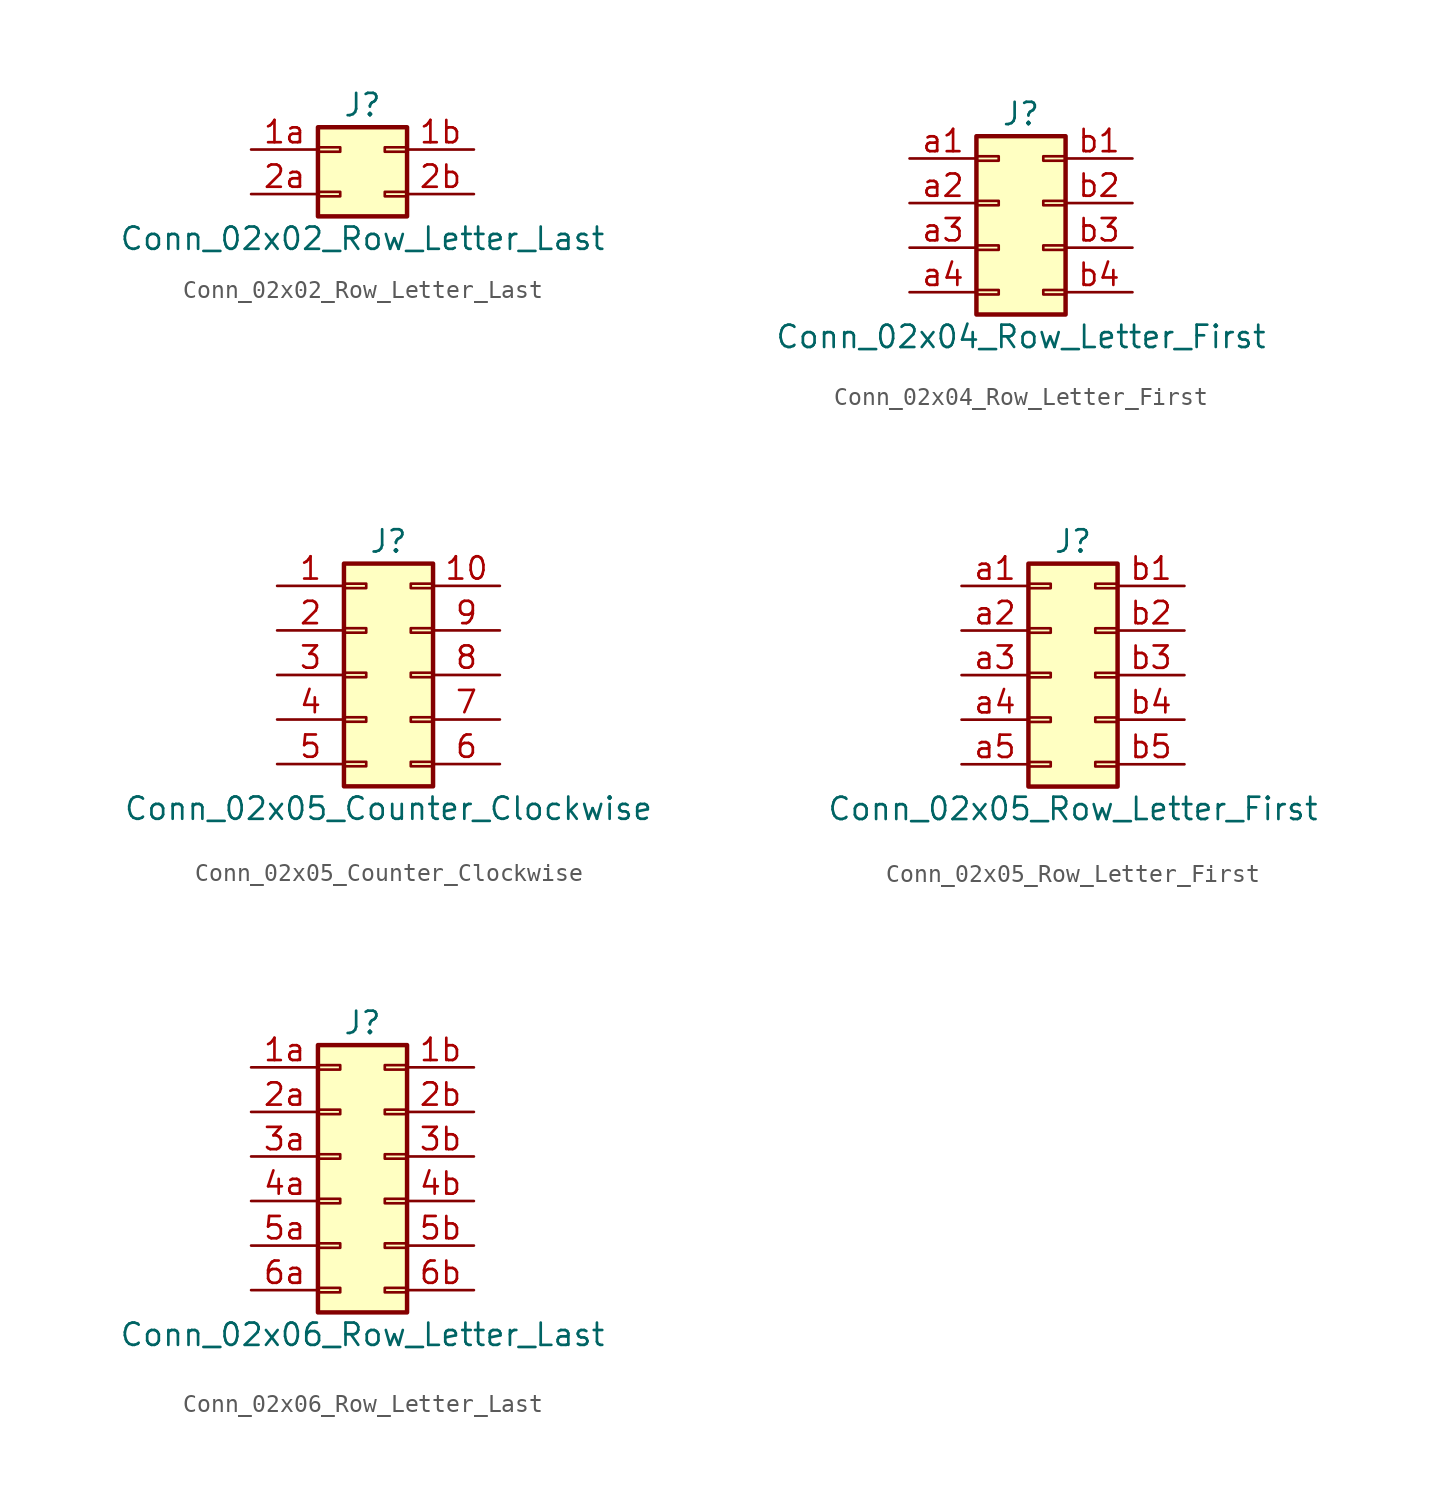
<source format=kicad_sym>
(kicad_symbol_lib
  (version 20201005)
  (generator kicad_symbol_editor)
  (symbol "Conn_02x02_Row_Letter_Last"
    (pin_names
      (offset 1.016) hide)
    (property "Reference" "J"
      (at 1.27 2.54 0)
      (effects (font (size 1.27 1.27))))
    (property "Value" "Conn_02x02_Row_Letter_Last"
      (at 1.27 -5.08 0)
      (effects (font (size 1.27 1.27))))
    (symbol "Conn_02x02_Row_Letter_Last_1_1"
      (rectangle (start -1.27 -2.413) (end 0 -2.667) (stroke (width 0.152)) (fill (type none)))
      (rectangle (start -1.27 0.127) (end 0 -0.127) (stroke (width 0.152)) (fill (type none)))
      (rectangle (start -1.27 1.27) (end 3.81 -3.81) (stroke (width 0.254)) (fill (type background)))
      (rectangle (start 3.81 -2.413) (end 2.54 -2.667) (stroke (width 0.152)) (fill (type none)))
      (rectangle (start 3.81 0.127) (end 2.54 -0.127) (stroke (width 0.152)) (fill (type none)))
      (pin passive line (at -5.08 0 0) (length 3.81) (name "Pin_1a" (effects (font (size 1.27 1.27)))) (number "1a" (effects (font (size 1.27 1.27)))))
      (pin passive line (at 7.62 0 180) (length 3.81) (name "Pin_1b" (effects (font (size 1.27 1.27)))) (number "1b" (effects (font (size 1.27 1.27)))))
      (pin passive line (at -5.08 -2.54 0) (length 3.81) (name "Pin_2a" (effects (font (size 1.27 1.27)))) (number "2a" (effects (font (size 1.27 1.27)))))
      (pin passive line (at 7.62 -2.54 180) (length 3.81) (name "Pin_2b" (effects (font (size 1.27 1.27)))) (number "2b" (effects (font (size 1.27 1.27)))))))
  (symbol "Conn_02x04_Row_Letter_First"
    (pin_names
      (offset 1.016) hide)
    (property "Reference" "J"
      (at 1.27 5.08 0)
      (effects (font (size 1.27 1.27))))
    (property "Value" "Conn_02x04_Row_Letter_First"
      (at 1.27 -7.62 0)
      (effects (font (size 1.27 1.27))))
    (symbol "Conn_02x04_Row_Letter_First_1_1"
      (rectangle (start -1.27 -4.953) (end 0 -5.207) (stroke (width 0.152)) (fill (type none)))
      (rectangle (start -1.27 -2.413) (end 0 -2.667) (stroke (width 0.152)) (fill (type none)))
      (rectangle (start -1.27 0.127) (end 0 -0.127) (stroke (width 0.152)) (fill (type none)))
      (rectangle (start -1.27 2.667) (end 0 2.413) (stroke (width 0.152)) (fill (type none)))
      (rectangle (start -1.27 3.81) (end 3.81 -6.35) (stroke (width 0.254)) (fill (type background)))
      (rectangle (start 3.81 -4.953) (end 2.54 -5.207) (stroke (width 0.152)) (fill (type none)))
      (rectangle (start 3.81 -2.413) (end 2.54 -2.667) (stroke (width 0.152)) (fill (type none)))
      (rectangle (start 3.81 0.127) (end 2.54 -0.127) (stroke (width 0.152)) (fill (type none)))
      (rectangle (start 3.81 2.667) (end 2.54 2.413) (stroke (width 0.152)) (fill (type none)))
      (pin passive line (at -5.08 2.54 0) (length 3.81) (name "Pin_a1" (effects (font (size 1.27 1.27)))) (number "a1" (effects (font (size 1.27 1.27)))))
      (pin passive line (at -5.08 0 0) (length 3.81) (name "Pin_a2" (effects (font (size 1.27 1.27)))) (number "a2" (effects (font (size 1.27 1.27)))))
      (pin passive line (at -5.08 -2.54 0) (length 3.81) (name "Pin_a3" (effects (font (size 1.27 1.27)))) (number "a3" (effects (font (size 1.27 1.27)))))
      (pin passive line (at -5.08 -5.08 0) (length 3.81) (name "Pin_a4" (effects (font (size 1.27 1.27)))) (number "a4" (effects (font (size 1.27 1.27)))))
      (pin passive line (at 7.62 2.54 180) (length 3.81) (name "Pin_b1" (effects (font (size 1.27 1.27)))) (number "b1" (effects (font (size 1.27 1.27)))))
      (pin passive line (at 7.62 0 180) (length 3.81) (name "Pin_b2" (effects (font (size 1.27 1.27)))) (number "b2" (effects (font (size 1.27 1.27)))))
      (pin passive line (at 7.62 -2.54 180) (length 3.81) (name "Pin_b3" (effects (font (size 1.27 1.27)))) (number "b3" (effects (font (size 1.27 1.27)))))
      (pin passive line (at 7.62 -5.08 180) (length 3.81) (name "Pin_b4" (effects (font (size 1.27 1.27)))) (number "b4" (effects (font (size 1.27 1.27)))))))
  (symbol "Conn_02x05_Counter_Clockwise"
    (pin_names
      (offset 1.016) hide)
    (property "Reference" "J"
      (at 1.27 7.62 0)
      (effects (font (size 1.27 1.27))))
    (property "Value" "Conn_02x05_Counter_Clockwise"
      (at 1.27 -7.62 0)
      (effects (font (size 1.27 1.27))))
    (symbol "Conn_02x05_Counter_Clockwise_1_1"
      (rectangle (start -1.27 -4.953) (end 0 -5.207) (stroke (width 0.152)) (fill (type none)))
      (rectangle (start -1.27 -2.413) (end 0 -2.667) (stroke (width 0.152)) (fill (type none)))
      (rectangle (start -1.27 0.127) (end 0 -0.127) (stroke (width 0.152)) (fill (type none)))
      (rectangle (start -1.27 2.667) (end 0 2.413) (stroke (width 0.152)) (fill (type none)))
      (rectangle (start -1.27 5.207) (end 0 4.953) (stroke (width 0.152)) (fill (type none)))
      (rectangle (start -1.27 6.35) (end 3.81 -6.35) (stroke (width 0.254)) (fill (type background)))
      (rectangle (start 3.81 -4.953) (end 2.54 -5.207) (stroke (width 0.152)) (fill (type none)))
      (rectangle (start 3.81 -2.413) (end 2.54 -2.667) (stroke (width 0.152)) (fill (type none)))
      (rectangle (start 3.81 0.127) (end 2.54 -0.127) (stroke (width 0.152)) (fill (type none)))
      (rectangle (start 3.81 2.667) (end 2.54 2.413) (stroke (width 0.152)) (fill (type none)))
      (rectangle (start 3.81 5.207) (end 2.54 4.953) (stroke (width 0.152)) (fill (type none)))
      (pin passive line (at -5.08 5.08 0) (length 3.81) (name "Pin_1" (effects (font (size 1.27 1.27)))) (number "1" (effects (font (size 1.27 1.27)))))
      (pin passive line (at 7.62 5.08 180) (length 3.81) (name "Pin_10" (effects (font (size 1.27 1.27)))) (number "10" (effects (font (size 1.27 1.27)))))
      (pin passive line (at -5.08 2.54 0) (length 3.81) (name "Pin_2" (effects (font (size 1.27 1.27)))) (number "2" (effects (font (size 1.27 1.27)))))
      (pin passive line (at -5.08 0 0) (length 3.81) (name "Pin_3" (effects (font (size 1.27 1.27)))) (number "3" (effects (font (size 1.27 1.27)))))
      (pin passive line (at -5.08 -2.54 0) (length 3.81) (name "Pin_4" (effects (font (size 1.27 1.27)))) (number "4" (effects (font (size 1.27 1.27)))))
      (pin passive line (at -5.08 -5.08 0) (length 3.81) (name "Pin_5" (effects (font (size 1.27 1.27)))) (number "5" (effects (font (size 1.27 1.27)))))
      (pin passive line (at 7.62 -5.08 180) (length 3.81) (name "Pin_6" (effects (font (size 1.27 1.27)))) (number "6" (effects (font (size 1.27 1.27)))))
      (pin passive line (at 7.62 -2.54 180) (length 3.81) (name "Pin_7" (effects (font (size 1.27 1.27)))) (number "7" (effects (font (size 1.27 1.27)))))
      (pin passive line (at 7.62 0 180) (length 3.81) (name "Pin_8" (effects (font (size 1.27 1.27)))) (number "8" (effects (font (size 1.27 1.27)))))
      (pin passive line (at 7.62 2.54 180) (length 3.81) (name "Pin_9" (effects (font (size 1.27 1.27)))) (number "9" (effects (font (size 1.27 1.27)))))))
  (symbol "Conn_02x05_Row_Letter_First"
    (pin_names
      (offset 1.016) hide)
    (property "Reference" "J"
      (at 1.27 7.62 0)
      (effects (font (size 1.27 1.27))))
    (property "Value" "Conn_02x05_Row_Letter_First"
      (at 1.27 -7.62 0)
      (effects (font (size 1.27 1.27))))
    (symbol "Conn_02x05_Row_Letter_First_1_1"
      (rectangle (start -1.27 -4.953) (end 0 -5.207) (stroke (width 0.152)) (fill (type none)))
      (rectangle (start -1.27 -2.413) (end 0 -2.667) (stroke (width 0.152)) (fill (type none)))
      (rectangle (start -1.27 0.127) (end 0 -0.127) (stroke (width 0.152)) (fill (type none)))
      (rectangle (start -1.27 2.667) (end 0 2.413) (stroke (width 0.152)) (fill (type none)))
      (rectangle (start -1.27 5.207) (end 0 4.953) (stroke (width 0.152)) (fill (type none)))
      (rectangle (start -1.27 6.35) (end 3.81 -6.35) (stroke (width 0.254)) (fill (type background)))
      (rectangle (start 3.81 -4.953) (end 2.54 -5.207) (stroke (width 0.152)) (fill (type none)))
      (rectangle (start 3.81 -2.413) (end 2.54 -2.667) (stroke (width 0.152)) (fill (type none)))
      (rectangle (start 3.81 0.127) (end 2.54 -0.127) (stroke (width 0.152)) (fill (type none)))
      (rectangle (start 3.81 2.667) (end 2.54 2.413) (stroke (width 0.152)) (fill (type none)))
      (rectangle (start 3.81 5.207) (end 2.54 4.953) (stroke (width 0.152)) (fill (type none)))
      (pin passive line (at -5.08 5.08 0) (length 3.81) (name "Pin_a1" (effects (font (size 1.27 1.27)))) (number "a1" (effects (font (size 1.27 1.27)))))
      (pin passive line (at -5.08 2.54 0) (length 3.81) (name "Pin_a2" (effects (font (size 1.27 1.27)))) (number "a2" (effects (font (size 1.27 1.27)))))
      (pin passive line (at -5.08 0 0) (length 3.81) (name "Pin_a3" (effects (font (size 1.27 1.27)))) (number "a3" (effects (font (size 1.27 1.27)))))
      (pin passive line (at -5.08 -2.54 0) (length 3.81) (name "Pin_a4" (effects (font (size 1.27 1.27)))) (number "a4" (effects (font (size 1.27 1.27)))))
      (pin passive line (at -5.08 -5.08 0) (length 3.81) (name "Pin_a5" (effects (font (size 1.27 1.27)))) (number "a5" (effects (font (size 1.27 1.27)))))
      (pin passive line (at 7.62 5.08 180) (length 3.81) (name "Pin_b1" (effects (font (size 1.27 1.27)))) (number "b1" (effects (font (size 1.27 1.27)))))
      (pin passive line (at 7.62 2.54 180) (length 3.81) (name "Pin_b2" (effects (font (size 1.27 1.27)))) (number "b2" (effects (font (size 1.27 1.27)))))
      (pin passive line (at 7.62 0 180) (length 3.81) (name "Pin_b3" (effects (font (size 1.27 1.27)))) (number "b3" (effects (font (size 1.27 1.27)))))
      (pin passive line (at 7.62 -2.54 180) (length 3.81) (name "Pin_b4" (effects (font (size 1.27 1.27)))) (number "b4" (effects (font (size 1.27 1.27)))))
      (pin passive line (at 7.62 -5.08 180) (length 3.81) (name "Pin_b5" (effects (font (size 1.27 1.27)))) (number "b5" (effects (font (size 1.27 1.27)))))))
  (symbol "Conn_02x06_Row_Letter_Last"
    (pin_names
      (offset 1.016) hide)
    (property "Reference" "J"
      (at 1.27 7.62 0)
      (effects (font (size 1.27 1.27))))
    (property "Value" "Conn_02x06_Row_Letter_Last"
      (at 1.27 -10.16 0)
      (effects (font (size 1.27 1.27))))
    (symbol "Conn_02x06_Row_Letter_Last_1_1"
      (rectangle (start -1.27 -7.493) (end 0 -7.747) (stroke (width 0.152)) (fill (type none)))
      (rectangle (start -1.27 -4.953) (end 0 -5.207) (stroke (width 0.152)) (fill (type none)))
      (rectangle (start -1.27 -2.413) (end 0 -2.667) (stroke (width 0.152)) (fill (type none)))
      (rectangle (start -1.27 0.127) (end 0 -0.127) (stroke (width 0.152)) (fill (type none)))
      (rectangle (start -1.27 2.667) (end 0 2.413) (stroke (width 0.152)) (fill (type none)))
      (rectangle (start -1.27 5.207) (end 0 4.953) (stroke (width 0.152)) (fill (type none)))
      (rectangle (start -1.27 6.35) (end 3.81 -8.89) (stroke (width 0.254)) (fill (type background)))
      (rectangle (start 3.81 -7.493) (end 2.54 -7.747) (stroke (width 0.152)) (fill (type none)))
      (rectangle (start 3.81 -4.953) (end 2.54 -5.207) (stroke (width 0.152)) (fill (type none)))
      (rectangle (start 3.81 -2.413) (end 2.54 -2.667) (stroke (width 0.152)) (fill (type none)))
      (rectangle (start 3.81 0.127) (end 2.54 -0.127) (stroke (width 0.152)) (fill (type none)))
      (rectangle (start 3.81 2.667) (end 2.54 2.413) (stroke (width 0.152)) (fill (type none)))
      (rectangle (start 3.81 5.207) (end 2.54 4.953) (stroke (width 0.152)) (fill (type none)))
      (pin passive line (at -5.08 5.08 0) (length 3.81) (name "Pin_1a" (effects (font (size 1.27 1.27)))) (number "1a" (effects (font (size 1.27 1.27)))))
      (pin passive line (at 7.62 5.08 180) (length 3.81) (name "Pin_1b" (effects (font (size 1.27 1.27)))) (number "1b" (effects (font (size 1.27 1.27)))))
      (pin passive line (at -5.08 2.54 0) (length 3.81) (name "Pin_2a" (effects (font (size 1.27 1.27)))) (number "2a" (effects (font (size 1.27 1.27)))))
      (pin passive line (at 7.62 2.54 180) (length 3.81) (name "Pin_2b" (effects (font (size 1.27 1.27)))) (number "2b" (effects (font (size 1.27 1.27)))))
      (pin passive line (at -5.08 0 0) (length 3.81) (name "Pin_3a" (effects (font (size 1.27 1.27)))) (number "3a" (effects (font (size 1.27 1.27)))))
      (pin passive line (at 7.62 0 180) (length 3.81) (name "Pin_3b" (effects (font (size 1.27 1.27)))) (number "3b" (effects (font (size 1.27 1.27)))))
      (pin passive line (at -5.08 -2.54 0) (length 3.81) (name "Pin_4a" (effects (font (size 1.27 1.27)))) (number "4a" (effects (font (size 1.27 1.27)))))
      (pin passive line (at 7.62 -2.54 180) (length 3.81) (name "Pin_4b" (effects (font (size 1.27 1.27)))) (number "4b" (effects (font (size 1.27 1.27)))))
      (pin passive line (at -5.08 -5.08 0) (length 3.81) (name "Pin_5a" (effects (font (size 1.27 1.27)))) (number "5a" (effects (font (size 1.27 1.27)))))
      (pin passive line (at 7.62 -5.08 180) (length 3.81) (name "Pin_5b" (effects (font (size 1.27 1.27)))) (number "5b" (effects (font (size 1.27 1.27)))))
      (pin passive line (at -5.08 -7.62 0) (length 3.81) (name "Pin_6a" (effects (font (size 1.27 1.27)))) (number "6a" (effects (font (size 1.27 1.27)))))
      (pin passive line (at 7.62 -7.62 180) (length 3.81) (name "Pin_6b" (effects (font (size 1.27 1.27)))) (number "6b" (effects (font (size 1.27 1.27))))))))
</source>
